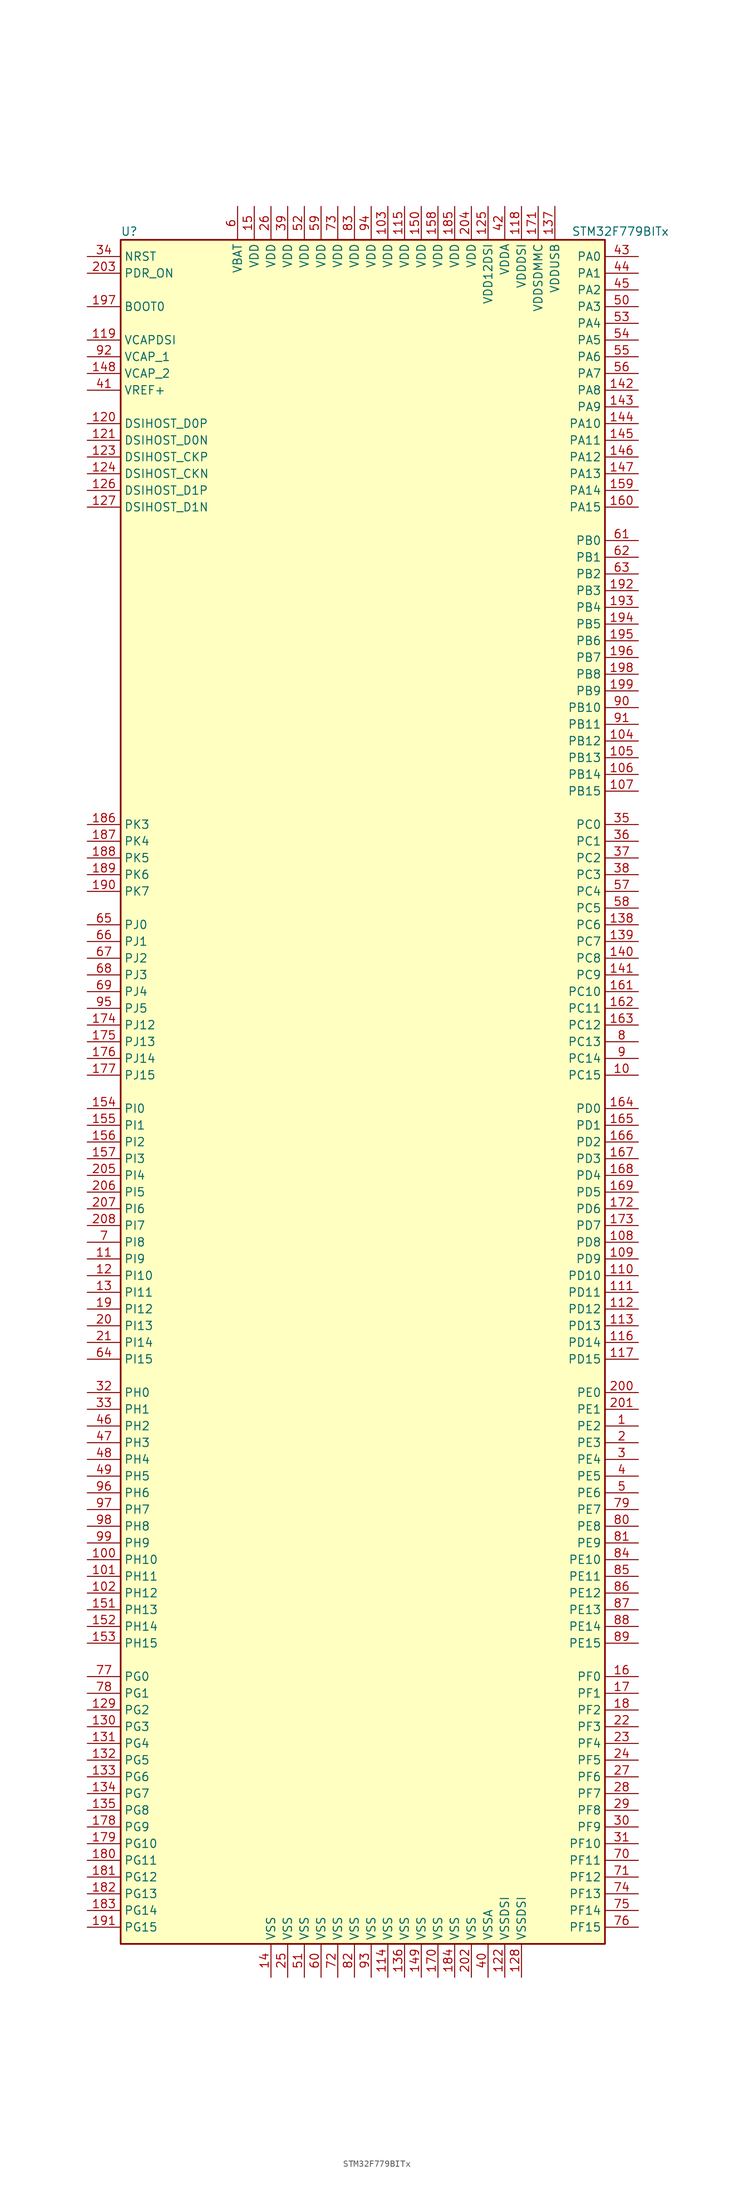
<source format=kicad_sym>
(kicad_symbol_lib
  (version 20201005)
  (generator kicad_symbol_editor)
  (symbol "MCU_ST_STM32F7:STM32F779BITx"
    (property "Reference" "U"
      (at -38.1 130.81 0)
      (effects (font (size 1.27 1.27)) (justify left)))
    (property "Value" "STM32F779BITx"
      (at 30.48 130.81 0)
      (effects (font (size 1.27 1.27)) (justify left)))
    (symbol "STM32F779BITx_0_1"
      (rectangle (start -38.1 -129.54) (end 35.56 129.54) (stroke (width 0.254)) (fill (type background))))
    (symbol "STM32F779BITx_1_1"
      (pin input line (at -43.18 119.38 0) (length 5.08) (name "BOOT0" (effects (font (size 1.27 1.27)))) (number "197" (effects (font (size 1.27 1.27)))))
      (pin bidirectional line (at -43.18 93.98 0) (length 5.08) (name "DSIHOST_CKN" (effects (font (size 1.27 1.27)))) (number "124" (effects (font (size 1.27 1.27)))))
      (pin bidirectional line (at -43.18 96.52 0) (length 5.08) (name "DSIHOST_CKP" (effects (font (size 1.27 1.27)))) (number "123" (effects (font (size 1.27 1.27)))))
      (pin bidirectional line (at -43.18 99.06 0) (length 5.08) (name "DSIHOST_D0N" (effects (font (size 1.27 1.27)))) (number "121" (effects (font (size 1.27 1.27)))))
      (pin bidirectional line (at -43.18 101.6 0) (length 5.08) (name "DSIHOST_D0P" (effects (font (size 1.27 1.27)))) (number "120" (effects (font (size 1.27 1.27)))))
      (pin bidirectional line (at -43.18 88.9 0) (length 5.08) (name "DSIHOST_D1N" (effects (font (size 1.27 1.27)))) (number "127" (effects (font (size 1.27 1.27)))))
      (pin bidirectional line (at -43.18 91.44 0) (length 5.08) (name "DSIHOST_D1P" (effects (font (size 1.27 1.27)))) (number "126" (effects (font (size 1.27 1.27)))))
      (pin input line (at -43.18 127 0) (length 5.08) (name "NRST" (effects (font (size 1.27 1.27)))) (number "34" (effects (font (size 1.27 1.27)))))
      (pin bidirectional line (at 40.64 127 180) (length 5.08) (name "PA0" (effects (font (size 1.27 1.27)))) (number "43" (effects (font (size 1.27 1.27)))))
      (pin bidirectional line (at 40.64 124.46 180) (length 5.08) (name "PA1" (effects (font (size 1.27 1.27)))) (number "44" (effects (font (size 1.27 1.27)))))
      (pin bidirectional line (at 40.64 101.6 180) (length 5.08) (name "PA10" (effects (font (size 1.27 1.27)))) (number "144" (effects (font (size 1.27 1.27)))))
      (pin bidirectional line (at 40.64 99.06 180) (length 5.08) (name "PA11" (effects (font (size 1.27 1.27)))) (number "145" (effects (font (size 1.27 1.27)))))
      (pin bidirectional line (at 40.64 96.52 180) (length 5.08) (name "PA12" (effects (font (size 1.27 1.27)))) (number "146" (effects (font (size 1.27 1.27)))))
      (pin bidirectional line (at 40.64 93.98 180) (length 5.08) (name "PA13" (effects (font (size 1.27 1.27)))) (number "147" (effects (font (size 1.27 1.27)))))
      (pin bidirectional line (at 40.64 91.44 180) (length 5.08) (name "PA14" (effects (font (size 1.27 1.27)))) (number "159" (effects (font (size 1.27 1.27)))))
      (pin bidirectional line (at 40.64 88.9 180) (length 5.08) (name "PA15" (effects (font (size 1.27 1.27)))) (number "160" (effects (font (size 1.27 1.27)))))
      (pin bidirectional line (at 40.64 121.92 180) (length 5.08) (name "PA2" (effects (font (size 1.27 1.27)))) (number "45" (effects (font (size 1.27 1.27)))))
      (pin bidirectional line (at 40.64 119.38 180) (length 5.08) (name "PA3" (effects (font (size 1.27 1.27)))) (number "50" (effects (font (size 1.27 1.27)))))
      (pin bidirectional line (at 40.64 116.84 180) (length 5.08) (name "PA4" (effects (font (size 1.27 1.27)))) (number "53" (effects (font (size 1.27 1.27)))))
      (pin bidirectional line (at 40.64 114.3 180) (length 5.08) (name "PA5" (effects (font (size 1.27 1.27)))) (number "54" (effects (font (size 1.27 1.27)))))
      (pin bidirectional line (at 40.64 111.76 180) (length 5.08) (name "PA6" (effects (font (size 1.27 1.27)))) (number "55" (effects (font (size 1.27 1.27)))))
      (pin bidirectional line (at 40.64 109.22 180) (length 5.08) (name "PA7" (effects (font (size 1.27 1.27)))) (number "56" (effects (font (size 1.27 1.27)))))
      (pin bidirectional line (at 40.64 106.68 180) (length 5.08) (name "PA8" (effects (font (size 1.27 1.27)))) (number "142" (effects (font (size 1.27 1.27)))))
      (pin bidirectional line (at 40.64 104.14 180) (length 5.08) (name "PA9" (effects (font (size 1.27 1.27)))) (number "143" (effects (font (size 1.27 1.27)))))
      (pin bidirectional line (at 40.64 83.82 180) (length 5.08) (name "PB0" (effects (font (size 1.27 1.27)))) (number "61" (effects (font (size 1.27 1.27)))))
      (pin bidirectional line (at 40.64 81.28 180) (length 5.08) (name "PB1" (effects (font (size 1.27 1.27)))) (number "62" (effects (font (size 1.27 1.27)))))
      (pin bidirectional line (at 40.64 58.42 180) (length 5.08) (name "PB10" (effects (font (size 1.27 1.27)))) (number "90" (effects (font (size 1.27 1.27)))))
      (pin bidirectional line (at 40.64 55.88 180) (length 5.08) (name "PB11" (effects (font (size 1.27 1.27)))) (number "91" (effects (font (size 1.27 1.27)))))
      (pin bidirectional line (at 40.64 53.34 180) (length 5.08) (name "PB12" (effects (font (size 1.27 1.27)))) (number "104" (effects (font (size 1.27 1.27)))))
      (pin bidirectional line (at 40.64 50.8 180) (length 5.08) (name "PB13" (effects (font (size 1.27 1.27)))) (number "105" (effects (font (size 1.27 1.27)))))
      (pin bidirectional line (at 40.64 48.26 180) (length 5.08) (name "PB14" (effects (font (size 1.27 1.27)))) (number "106" (effects (font (size 1.27 1.27)))))
      (pin bidirectional line (at 40.64 45.72 180) (length 5.08) (name "PB15" (effects (font (size 1.27 1.27)))) (number "107" (effects (font (size 1.27 1.27)))))
      (pin bidirectional line (at 40.64 78.74 180) (length 5.08) (name "PB2" (effects (font (size 1.27 1.27)))) (number "63" (effects (font (size 1.27 1.27)))))
      (pin bidirectional line (at 40.64 76.2 180) (length 5.08) (name "PB3" (effects (font (size 1.27 1.27)))) (number "192" (effects (font (size 1.27 1.27)))))
      (pin bidirectional line (at 40.64 73.66 180) (length 5.08) (name "PB4" (effects (font (size 1.27 1.27)))) (number "193" (effects (font (size 1.27 1.27)))))
      (pin bidirectional line (at 40.64 71.12 180) (length 5.08) (name "PB5" (effects (font (size 1.27 1.27)))) (number "194" (effects (font (size 1.27 1.27)))))
      (pin bidirectional line (at 40.64 68.58 180) (length 5.08) (name "PB6" (effects (font (size 1.27 1.27)))) (number "195" (effects (font (size 1.27 1.27)))))
      (pin bidirectional line (at 40.64 66.04 180) (length 5.08) (name "PB7" (effects (font (size 1.27 1.27)))) (number "196" (effects (font (size 1.27 1.27)))))
      (pin bidirectional line (at 40.64 63.5 180) (length 5.08) (name "PB8" (effects (font (size 1.27 1.27)))) (number "198" (effects (font (size 1.27 1.27)))))
      (pin bidirectional line (at 40.64 60.96 180) (length 5.08) (name "PB9" (effects (font (size 1.27 1.27)))) (number "199" (effects (font (size 1.27 1.27)))))
      (pin bidirectional line (at 40.64 40.64 180) (length 5.08) (name "PC0" (effects (font (size 1.27 1.27)))) (number "35" (effects (font (size 1.27 1.27)))))
      (pin bidirectional line (at 40.64 38.1 180) (length 5.08) (name "PC1" (effects (font (size 1.27 1.27)))) (number "36" (effects (font (size 1.27 1.27)))))
      (pin bidirectional line (at 40.64 15.24 180) (length 5.08) (name "PC10" (effects (font (size 1.27 1.27)))) (number "161" (effects (font (size 1.27 1.27)))))
      (pin bidirectional line (at 40.64 12.7 180) (length 5.08) (name "PC11" (effects (font (size 1.27 1.27)))) (number "162" (effects (font (size 1.27 1.27)))))
      (pin bidirectional line (at 40.64 10.16 180) (length 5.08) (name "PC12" (effects (font (size 1.27 1.27)))) (number "163" (effects (font (size 1.27 1.27)))))
      (pin bidirectional line (at 40.64 7.62 180) (length 5.08) (name "PC13" (effects (font (size 1.27 1.27)))) (number "8" (effects (font (size 1.27 1.27)))))
      (pin bidirectional line (at 40.64 5.08 180) (length 5.08) (name "PC14" (effects (font (size 1.27 1.27)))) (number "9" (effects (font (size 1.27 1.27)))))
      (pin bidirectional line (at 40.64 2.54 180) (length 5.08) (name "PC15" (effects (font (size 1.27 1.27)))) (number "10" (effects (font (size 1.27 1.27)))))
      (pin bidirectional line (at 40.64 35.56 180) (length 5.08) (name "PC2" (effects (font (size 1.27 1.27)))) (number "37" (effects (font (size 1.27 1.27)))))
      (pin bidirectional line (at 40.64 33.02 180) (length 5.08) (name "PC3" (effects (font (size 1.27 1.27)))) (number "38" (effects (font (size 1.27 1.27)))))
      (pin bidirectional line (at 40.64 30.48 180) (length 5.08) (name "PC4" (effects (font (size 1.27 1.27)))) (number "57" (effects (font (size 1.27 1.27)))))
      (pin bidirectional line (at 40.64 27.94 180) (length 5.08) (name "PC5" (effects (font (size 1.27 1.27)))) (number "58" (effects (font (size 1.27 1.27)))))
      (pin bidirectional line (at 40.64 25.4 180) (length 5.08) (name "PC6" (effects (font (size 1.27 1.27)))) (number "138" (effects (font (size 1.27 1.27)))))
      (pin bidirectional line (at 40.64 22.86 180) (length 5.08) (name "PC7" (effects (font (size 1.27 1.27)))) (number "139" (effects (font (size 1.27 1.27)))))
      (pin bidirectional line (at 40.64 20.32 180) (length 5.08) (name "PC8" (effects (font (size 1.27 1.27)))) (number "140" (effects (font (size 1.27 1.27)))))
      (pin bidirectional line (at 40.64 17.78 180) (length 5.08) (name "PC9" (effects (font (size 1.27 1.27)))) (number "141" (effects (font (size 1.27 1.27)))))
      (pin bidirectional line (at 40.64 -2.54 180) (length 5.08) (name "PD0" (effects (font (size 1.27 1.27)))) (number "164" (effects (font (size 1.27 1.27)))))
      (pin bidirectional line (at 40.64 -5.08 180) (length 5.08) (name "PD1" (effects (font (size 1.27 1.27)))) (number "165" (effects (font (size 1.27 1.27)))))
      (pin bidirectional line (at 40.64 -27.94 180) (length 5.08) (name "PD10" (effects (font (size 1.27 1.27)))) (number "110" (effects (font (size 1.27 1.27)))))
      (pin bidirectional line (at 40.64 -30.48 180) (length 5.08) (name "PD11" (effects (font (size 1.27 1.27)))) (number "111" (effects (font (size 1.27 1.27)))))
      (pin bidirectional line (at 40.64 -33.02 180) (length 5.08) (name "PD12" (effects (font (size 1.27 1.27)))) (number "112" (effects (font (size 1.27 1.27)))))
      (pin bidirectional line (at 40.64 -35.56 180) (length 5.08) (name "PD13" (effects (font (size 1.27 1.27)))) (number "113" (effects (font (size 1.27 1.27)))))
      (pin bidirectional line (at 40.64 -38.1 180) (length 5.08) (name "PD14" (effects (font (size 1.27 1.27)))) (number "116" (effects (font (size 1.27 1.27)))))
      (pin bidirectional line (at 40.64 -40.64 180) (length 5.08) (name "PD15" (effects (font (size 1.27 1.27)))) (number "117" (effects (font (size 1.27 1.27)))))
      (pin bidirectional line (at 40.64 -7.62 180) (length 5.08) (name "PD2" (effects (font (size 1.27 1.27)))) (number "166" (effects (font (size 1.27 1.27)))))
      (pin bidirectional line (at 40.64 -10.16 180) (length 5.08) (name "PD3" (effects (font (size 1.27 1.27)))) (number "167" (effects (font (size 1.27 1.27)))))
      (pin bidirectional line (at 40.64 -12.7 180) (length 5.08) (name "PD4" (effects (font (size 1.27 1.27)))) (number "168" (effects (font (size 1.27 1.27)))))
      (pin bidirectional line (at 40.64 -15.24 180) (length 5.08) (name "PD5" (effects (font (size 1.27 1.27)))) (number "169" (effects (font (size 1.27 1.27)))))
      (pin bidirectional line (at 40.64 -17.78 180) (length 5.08) (name "PD6" (effects (font (size 1.27 1.27)))) (number "172" (effects (font (size 1.27 1.27)))))
      (pin bidirectional line (at 40.64 -20.32 180) (length 5.08) (name "PD7" (effects (font (size 1.27 1.27)))) (number "173" (effects (font (size 1.27 1.27)))))
      (pin bidirectional line (at 40.64 -22.86 180) (length 5.08) (name "PD8" (effects (font (size 1.27 1.27)))) (number "108" (effects (font (size 1.27 1.27)))))
      (pin bidirectional line (at 40.64 -25.4 180) (length 5.08) (name "PD9" (effects (font (size 1.27 1.27)))) (number "109" (effects (font (size 1.27 1.27)))))
      (pin input line (at -43.18 124.46 0) (length 5.08) (name "PDR_ON" (effects (font (size 1.27 1.27)))) (number "203" (effects (font (size 1.27 1.27)))))
      (pin bidirectional line (at 40.64 -45.72 180) (length 5.08) (name "PE0" (effects (font (size 1.27 1.27)))) (number "200" (effects (font (size 1.27 1.27)))))
      (pin bidirectional line (at 40.64 -48.26 180) (length 5.08) (name "PE1" (effects (font (size 1.27 1.27)))) (number "201" (effects (font (size 1.27 1.27)))))
      (pin bidirectional line (at 40.64 -71.12 180) (length 5.08) (name "PE10" (effects (font (size 1.27 1.27)))) (number "84" (effects (font (size 1.27 1.27)))))
      (pin bidirectional line (at 40.64 -73.66 180) (length 5.08) (name "PE11" (effects (font (size 1.27 1.27)))) (number "85" (effects (font (size 1.27 1.27)))))
      (pin bidirectional line (at 40.64 -76.2 180) (length 5.08) (name "PE12" (effects (font (size 1.27 1.27)))) (number "86" (effects (font (size 1.27 1.27)))))
      (pin bidirectional line (at 40.64 -78.74 180) (length 5.08) (name "PE13" (effects (font (size 1.27 1.27)))) (number "87" (effects (font (size 1.27 1.27)))))
      (pin bidirectional line (at 40.64 -81.28 180) (length 5.08) (name "PE14" (effects (font (size 1.27 1.27)))) (number "88" (effects (font (size 1.27 1.27)))))
      (pin bidirectional line (at 40.64 -83.82 180) (length 5.08) (name "PE15" (effects (font (size 1.27 1.27)))) (number "89" (effects (font (size 1.27 1.27)))))
      (pin bidirectional line (at 40.64 -50.8 180) (length 5.08) (name "PE2" (effects (font (size 1.27 1.27)))) (number "1" (effects (font (size 1.27 1.27)))))
      (pin bidirectional line (at 40.64 -53.34 180) (length 5.08) (name "PE3" (effects (font (size 1.27 1.27)))) (number "2" (effects (font (size 1.27 1.27)))))
      (pin bidirectional line (at 40.64 -55.88 180) (length 5.08) (name "PE4" (effects (font (size 1.27 1.27)))) (number "3" (effects (font (size 1.27 1.27)))))
      (pin bidirectional line (at 40.64 -58.42 180) (length 5.08) (name "PE5" (effects (font (size 1.27 1.27)))) (number "4" (effects (font (size 1.27 1.27)))))
      (pin bidirectional line (at 40.64 -60.96 180) (length 5.08) (name "PE6" (effects (font (size 1.27 1.27)))) (number "5" (effects (font (size 1.27 1.27)))))
      (pin bidirectional line (at 40.64 -63.5 180) (length 5.08) (name "PE7" (effects (font (size 1.27 1.27)))) (number "79" (effects (font (size 1.27 1.27)))))
      (pin bidirectional line (at 40.64 -66.04 180) (length 5.08) (name "PE8" (effects (font (size 1.27 1.27)))) (number "80" (effects (font (size 1.27 1.27)))))
      (pin bidirectional line (at 40.64 -68.58 180) (length 5.08) (name "PE9" (effects (font (size 1.27 1.27)))) (number "81" (effects (font (size 1.27 1.27)))))
      (pin bidirectional line (at 40.64 -88.9 180) (length 5.08) (name "PF0" (effects (font (size 1.27 1.27)))) (number "16" (effects (font (size 1.27 1.27)))))
      (pin bidirectional line (at 40.64 -91.44 180) (length 5.08) (name "PF1" (effects (font (size 1.27 1.27)))) (number "17" (effects (font (size 1.27 1.27)))))
      (pin bidirectional line (at 40.64 -114.3 180) (length 5.08) (name "PF10" (effects (font (size 1.27 1.27)))) (number "31" (effects (font (size 1.27 1.27)))))
      (pin bidirectional line (at 40.64 -116.84 180) (length 5.08) (name "PF11" (effects (font (size 1.27 1.27)))) (number "70" (effects (font (size 1.27 1.27)))))
      (pin bidirectional line (at 40.64 -119.38 180) (length 5.08) (name "PF12" (effects (font (size 1.27 1.27)))) (number "71" (effects (font (size 1.27 1.27)))))
      (pin bidirectional line (at 40.64 -121.92 180) (length 5.08) (name "PF13" (effects (font (size 1.27 1.27)))) (number "74" (effects (font (size 1.27 1.27)))))
      (pin bidirectional line (at 40.64 -124.46 180) (length 5.08) (name "PF14" (effects (font (size 1.27 1.27)))) (number "75" (effects (font (size 1.27 1.27)))))
      (pin bidirectional line (at 40.64 -127 180) (length 5.08) (name "PF15" (effects (font (size 1.27 1.27)))) (number "76" (effects (font (size 1.27 1.27)))))
      (pin bidirectional line (at 40.64 -93.98 180) (length 5.08) (name "PF2" (effects (font (size 1.27 1.27)))) (number "18" (effects (font (size 1.27 1.27)))))
      (pin bidirectional line (at 40.64 -96.52 180) (length 5.08) (name "PF3" (effects (font (size 1.27 1.27)))) (number "22" (effects (font (size 1.27 1.27)))))
      (pin bidirectional line (at 40.64 -99.06 180) (length 5.08) (name "PF4" (effects (font (size 1.27 1.27)))) (number "23" (effects (font (size 1.27 1.27)))))
      (pin bidirectional line (at 40.64 -101.6 180) (length 5.08) (name "PF5" (effects (font (size 1.27 1.27)))) (number "24" (effects (font (size 1.27 1.27)))))
      (pin bidirectional line (at 40.64 -104.14 180) (length 5.08) (name "PF6" (effects (font (size 1.27 1.27)))) (number "27" (effects (font (size 1.27 1.27)))))
      (pin bidirectional line (at 40.64 -106.68 180) (length 5.08) (name "PF7" (effects (font (size 1.27 1.27)))) (number "28" (effects (font (size 1.27 1.27)))))
      (pin bidirectional line (at 40.64 -109.22 180) (length 5.08) (name "PF8" (effects (font (size 1.27 1.27)))) (number "29" (effects (font (size 1.27 1.27)))))
      (pin bidirectional line (at 40.64 -111.76 180) (length 5.08) (name "PF9" (effects (font (size 1.27 1.27)))) (number "30" (effects (font (size 1.27 1.27)))))
      (pin bidirectional line (at -43.18 -88.9 0) (length 5.08) (name "PG0" (effects (font (size 1.27 1.27)))) (number "77" (effects (font (size 1.27 1.27)))))
      (pin bidirectional line (at -43.18 -91.44 0) (length 5.08) (name "PG1" (effects (font (size 1.27 1.27)))) (number "78" (effects (font (size 1.27 1.27)))))
      (pin bidirectional line (at -43.18 -114.3 0) (length 5.08) (name "PG10" (effects (font (size 1.27 1.27)))) (number "179" (effects (font (size 1.27 1.27)))))
      (pin bidirectional line (at -43.18 -116.84 0) (length 5.08) (name "PG11" (effects (font (size 1.27 1.27)))) (number "180" (effects (font (size 1.27 1.27)))))
      (pin bidirectional line (at -43.18 -119.38 0) (length 5.08) (name "PG12" (effects (font (size 1.27 1.27)))) (number "181" (effects (font (size 1.27 1.27)))))
      (pin bidirectional line (at -43.18 -121.92 0) (length 5.08) (name "PG13" (effects (font (size 1.27 1.27)))) (number "182" (effects (font (size 1.27 1.27)))))
      (pin bidirectional line (at -43.18 -124.46 0) (length 5.08) (name "PG14" (effects (font (size 1.27 1.27)))) (number "183" (effects (font (size 1.27 1.27)))))
      (pin bidirectional line (at -43.18 -127 0) (length 5.08) (name "PG15" (effects (font (size 1.27 1.27)))) (number "191" (effects (font (size 1.27 1.27)))))
      (pin bidirectional line (at -43.18 -93.98 0) (length 5.08) (name "PG2" (effects (font (size 1.27 1.27)))) (number "129" (effects (font (size 1.27 1.27)))))
      (pin bidirectional line (at -43.18 -96.52 0) (length 5.08) (name "PG3" (effects (font (size 1.27 1.27)))) (number "130" (effects (font (size 1.27 1.27)))))
      (pin bidirectional line (at -43.18 -99.06 0) (length 5.08) (name "PG4" (effects (font (size 1.27 1.27)))) (number "131" (effects (font (size 1.27 1.27)))))
      (pin bidirectional line (at -43.18 -101.6 0) (length 5.08) (name "PG5" (effects (font (size 1.27 1.27)))) (number "132" (effects (font (size 1.27 1.27)))))
      (pin bidirectional line (at -43.18 -104.14 0) (length 5.08) (name "PG6" (effects (font (size 1.27 1.27)))) (number "133" (effects (font (size 1.27 1.27)))))
      (pin bidirectional line (at -43.18 -106.68 0) (length 5.08) (name "PG7" (effects (font (size 1.27 1.27)))) (number "134" (effects (font (size 1.27 1.27)))))
      (pin bidirectional line (at -43.18 -109.22 0) (length 5.08) (name "PG8" (effects (font (size 1.27 1.27)))) (number "135" (effects (font (size 1.27 1.27)))))
      (pin bidirectional line (at -43.18 -111.76 0) (length 5.08) (name "PG9" (effects (font (size 1.27 1.27)))) (number "178" (effects (font (size 1.27 1.27)))))
      (pin input line (at -43.18 -45.72 0) (length 5.08) (name "PH0" (effects (font (size 1.27 1.27)))) (number "32" (effects (font (size 1.27 1.27)))))
      (pin input line (at -43.18 -48.26 0) (length 5.08) (name "PH1" (effects (font (size 1.27 1.27)))) (number "33" (effects (font (size 1.27 1.27)))))
      (pin bidirectional line (at -43.18 -71.12 0) (length 5.08) (name "PH10" (effects (font (size 1.27 1.27)))) (number "100" (effects (font (size 1.27 1.27)))))
      (pin bidirectional line (at -43.18 -73.66 0) (length 5.08) (name "PH11" (effects (font (size 1.27 1.27)))) (number "101" (effects (font (size 1.27 1.27)))))
      (pin bidirectional line (at -43.18 -76.2 0) (length 5.08) (name "PH12" (effects (font (size 1.27 1.27)))) (number "102" (effects (font (size 1.27 1.27)))))
      (pin bidirectional line (at -43.18 -78.74 0) (length 5.08) (name "PH13" (effects (font (size 1.27 1.27)))) (number "151" (effects (font (size 1.27 1.27)))))
      (pin bidirectional line (at -43.18 -81.28 0) (length 5.08) (name "PH14" (effects (font (size 1.27 1.27)))) (number "152" (effects (font (size 1.27 1.27)))))
      (pin bidirectional line (at -43.18 -83.82 0) (length 5.08) (name "PH15" (effects (font (size 1.27 1.27)))) (number "153" (effects (font (size 1.27 1.27)))))
      (pin bidirectional line (at -43.18 -50.8 0) (length 5.08) (name "PH2" (effects (font (size 1.27 1.27)))) (number "46" (effects (font (size 1.27 1.27)))))
      (pin bidirectional line (at -43.18 -53.34 0) (length 5.08) (name "PH3" (effects (font (size 1.27 1.27)))) (number "47" (effects (font (size 1.27 1.27)))))
      (pin bidirectional line (at -43.18 -55.88 0) (length 5.08) (name "PH4" (effects (font (size 1.27 1.27)))) (number "48" (effects (font (size 1.27 1.27)))))
      (pin bidirectional line (at -43.18 -58.42 0) (length 5.08) (name "PH5" (effects (font (size 1.27 1.27)))) (number "49" (effects (font (size 1.27 1.27)))))
      (pin bidirectional line (at -43.18 -60.96 0) (length 5.08) (name "PH6" (effects (font (size 1.27 1.27)))) (number "96" (effects (font (size 1.27 1.27)))))
      (pin bidirectional line (at -43.18 -63.5 0) (length 5.08) (name "PH7" (effects (font (size 1.27 1.27)))) (number "97" (effects (font (size 1.27 1.27)))))
      (pin bidirectional line (at -43.18 -66.04 0) (length 5.08) (name "PH8" (effects (font (size 1.27 1.27)))) (number "98" (effects (font (size 1.27 1.27)))))
      (pin bidirectional line (at -43.18 -68.58 0) (length 5.08) (name "PH9" (effects (font (size 1.27 1.27)))) (number "99" (effects (font (size 1.27 1.27)))))
      (pin bidirectional line (at -43.18 -2.54 0) (length 5.08) (name "PI0" (effects (font (size 1.27 1.27)))) (number "154" (effects (font (size 1.27 1.27)))))
      (pin bidirectional line (at -43.18 -5.08 0) (length 5.08) (name "PI1" (effects (font (size 1.27 1.27)))) (number "155" (effects (font (size 1.27 1.27)))))
      (pin bidirectional line (at -43.18 -27.94 0) (length 5.08) (name "PI10" (effects (font (size 1.27 1.27)))) (number "12" (effects (font (size 1.27 1.27)))))
      (pin bidirectional line (at -43.18 -30.48 0) (length 5.08) (name "PI11" (effects (font (size 1.27 1.27)))) (number "13" (effects (font (size 1.27 1.27)))))
      (pin bidirectional line (at -43.18 -33.02 0) (length 5.08) (name "PI12" (effects (font (size 1.27 1.27)))) (number "19" (effects (font (size 1.27 1.27)))))
      (pin bidirectional line (at -43.18 -35.56 0) (length 5.08) (name "PI13" (effects (font (size 1.27 1.27)))) (number "20" (effects (font (size 1.27 1.27)))))
      (pin bidirectional line (at -43.18 -38.1 0) (length 5.08) (name "PI14" (effects (font (size 1.27 1.27)))) (number "21" (effects (font (size 1.27 1.27)))))
      (pin bidirectional line (at -43.18 -40.64 0) (length 5.08) (name "PI15" (effects (font (size 1.27 1.27)))) (number "64" (effects (font (size 1.27 1.27)))))
      (pin bidirectional line (at -43.18 -7.62 0) (length 5.08) (name "PI2" (effects (font (size 1.27 1.27)))) (number "156" (effects (font (size 1.27 1.27)))))
      (pin bidirectional line (at -43.18 -10.16 0) (length 5.08) (name "PI3" (effects (font (size 1.27 1.27)))) (number "157" (effects (font (size 1.27 1.27)))))
      (pin bidirectional line (at -43.18 -12.7 0) (length 5.08) (name "PI4" (effects (font (size 1.27 1.27)))) (number "205" (effects (font (size 1.27 1.27)))))
      (pin bidirectional line (at -43.18 -15.24 0) (length 5.08) (name "PI5" (effects (font (size 1.27 1.27)))) (number "206" (effects (font (size 1.27 1.27)))))
      (pin bidirectional line (at -43.18 -17.78 0) (length 5.08) (name "PI6" (effects (font (size 1.27 1.27)))) (number "207" (effects (font (size 1.27 1.27)))))
      (pin bidirectional line (at -43.18 -20.32 0) (length 5.08) (name "PI7" (effects (font (size 1.27 1.27)))) (number "208" (effects (font (size 1.27 1.27)))))
      (pin bidirectional line (at -43.18 -22.86 0) (length 5.08) (name "PI8" (effects (font (size 1.27 1.27)))) (number "7" (effects (font (size 1.27 1.27)))))
      (pin bidirectional line (at -43.18 -25.4 0) (length 5.08) (name "PI9" (effects (font (size 1.27 1.27)))) (number "11" (effects (font (size 1.27 1.27)))))
      (pin bidirectional line (at -43.18 25.4 0) (length 5.08) (name "PJ0" (effects (font (size 1.27 1.27)))) (number "65" (effects (font (size 1.27 1.27)))))
      (pin bidirectional line (at -43.18 22.86 0) (length 5.08) (name "PJ1" (effects (font (size 1.27 1.27)))) (number "66" (effects (font (size 1.27 1.27)))))
      (pin bidirectional line (at -43.18 10.16 0) (length 5.08) (name "PJ12" (effects (font (size 1.27 1.27)))) (number "174" (effects (font (size 1.27 1.27)))))
      (pin bidirectional line (at -43.18 7.62 0) (length 5.08) (name "PJ13" (effects (font (size 1.27 1.27)))) (number "175" (effects (font (size 1.27 1.27)))))
      (pin bidirectional line (at -43.18 5.08 0) (length 5.08) (name "PJ14" (effects (font (size 1.27 1.27)))) (number "176" (effects (font (size 1.27 1.27)))))
      (pin bidirectional line (at -43.18 2.54 0) (length 5.08) (name "PJ15" (effects (font (size 1.27 1.27)))) (number "177" (effects (font (size 1.27 1.27)))))
      (pin bidirectional line (at -43.18 20.32 0) (length 5.08) (name "PJ2" (effects (font (size 1.27 1.27)))) (number "67" (effects (font (size 1.27 1.27)))))
      (pin bidirectional line (at -43.18 17.78 0) (length 5.08) (name "PJ3" (effects (font (size 1.27 1.27)))) (number "68" (effects (font (size 1.27 1.27)))))
      (pin bidirectional line (at -43.18 15.24 0) (length 5.08) (name "PJ4" (effects (font (size 1.27 1.27)))) (number "69" (effects (font (size 1.27 1.27)))))
      (pin bidirectional line (at -43.18 12.7 0) (length 5.08) (name "PJ5" (effects (font (size 1.27 1.27)))) (number "95" (effects (font (size 1.27 1.27)))))
      (pin bidirectional line (at -43.18 40.64 0) (length 5.08) (name "PK3" (effects (font (size 1.27 1.27)))) (number "186" (effects (font (size 1.27 1.27)))))
      (pin bidirectional line (at -43.18 38.1 0) (length 5.08) (name "PK4" (effects (font (size 1.27 1.27)))) (number "187" (effects (font (size 1.27 1.27)))))
      (pin bidirectional line (at -43.18 35.56 0) (length 5.08) (name "PK5" (effects (font (size 1.27 1.27)))) (number "188" (effects (font (size 1.27 1.27)))))
      (pin bidirectional line (at -43.18 33.02 0) (length 5.08) (name "PK6" (effects (font (size 1.27 1.27)))) (number "189" (effects (font (size 1.27 1.27)))))
      (pin bidirectional line (at -43.18 30.48 0) (length 5.08) (name "PK7" (effects (font (size 1.27 1.27)))) (number "190" (effects (font (size 1.27 1.27)))))
      (pin power_in line (at -20.32 134.62 270) (length 5.08) (name "VBAT" (effects (font (size 1.27 1.27)))) (number "6" (effects (font (size 1.27 1.27)))))
      (pin power_in line (at -43.18 114.3 0) (length 5.08) (name "VCAPDSI" (effects (font (size 1.27 1.27)))) (number "119" (effects (font (size 1.27 1.27)))))
      (pin power_in line (at -43.18 111.76 0) (length 5.08) (name "VCAP_1" (effects (font (size 1.27 1.27)))) (number "92" (effects (font (size 1.27 1.27)))))
      (pin power_in line (at -43.18 109.22 0) (length 5.08) (name "VCAP_2" (effects (font (size 1.27 1.27)))) (number "148" (effects (font (size 1.27 1.27)))))
      (pin power_in line (at 2.54 134.62 270) (length 5.08) (name "VDD" (effects (font (size 1.27 1.27)))) (number "103" (effects (font (size 1.27 1.27)))))
      (pin power_in line (at 5.08 134.62 270) (length 5.08) (name "VDD" (effects (font (size 1.27 1.27)))) (number "115" (effects (font (size 1.27 1.27)))))
      (pin power_in line (at -17.78 134.62 270) (length 5.08) (name "VDD" (effects (font (size 1.27 1.27)))) (number "15" (effects (font (size 1.27 1.27)))))
      (pin power_in line (at 7.62 134.62 270) (length 5.08) (name "VDD" (effects (font (size 1.27 1.27)))) (number "150" (effects (font (size 1.27 1.27)))))
      (pin power_in line (at 10.16 134.62 270) (length 5.08) (name "VDD" (effects (font (size 1.27 1.27)))) (number "158" (effects (font (size 1.27 1.27)))))
      (pin power_in line (at 12.7 134.62 270) (length 5.08) (name "VDD" (effects (font (size 1.27 1.27)))) (number "185" (effects (font (size 1.27 1.27)))))
      (pin power_in line (at 15.24 134.62 270) (length 5.08) (name "VDD" (effects (font (size 1.27 1.27)))) (number "204" (effects (font (size 1.27 1.27)))))
      (pin power_in line (at -15.24 134.62 270) (length 5.08) (name "VDD" (effects (font (size 1.27 1.27)))) (number "26" (effects (font (size 1.27 1.27)))))
      (pin power_in line (at -12.7 134.62 270) (length 5.08) (name "VDD" (effects (font (size 1.27 1.27)))) (number "39" (effects (font (size 1.27 1.27)))))
      (pin power_in line (at -10.16 134.62 270) (length 5.08) (name "VDD" (effects (font (size 1.27 1.27)))) (number "52" (effects (font (size 1.27 1.27)))))
      (pin power_in line (at -7.62 134.62 270) (length 5.08) (name "VDD" (effects (font (size 1.27 1.27)))) (number "59" (effects (font (size 1.27 1.27)))))
      (pin power_in line (at -5.08 134.62 270) (length 5.08) (name "VDD" (effects (font (size 1.27 1.27)))) (number "73" (effects (font (size 1.27 1.27)))))
      (pin power_in line (at -2.54 134.62 270) (length 5.08) (name "VDD" (effects (font (size 1.27 1.27)))) (number "83" (effects (font (size 1.27 1.27)))))
      (pin power_in line (at 0 134.62 270) (length 5.08) (name "VDD" (effects (font (size 1.27 1.27)))) (number "94" (effects (font (size 1.27 1.27)))))
      (pin power_in line (at 17.78 134.62 270) (length 5.08) (name "VDD12DSI" (effects (font (size 1.27 1.27)))) (number "125" (effects (font (size 1.27 1.27)))))
      (pin power_in line (at 20.32 134.62 270) (length 5.08) (name "VDDA" (effects (font (size 1.27 1.27)))) (number "42" (effects (font (size 1.27 1.27)))))
      (pin power_in line (at 22.86 134.62 270) (length 5.08) (name "VDDDSI" (effects (font (size 1.27 1.27)))) (number "118" (effects (font (size 1.27 1.27)))))
      (pin power_in line (at 25.4 134.62 270) (length 5.08) (name "VDDSDMMC" (effects (font (size 1.27 1.27)))) (number "171" (effects (font (size 1.27 1.27)))))
      (pin power_in line (at 27.94 134.62 270) (length 5.08) (name "VDDUSB" (effects (font (size 1.27 1.27)))) (number "137" (effects (font (size 1.27 1.27)))))
      (pin power_in line (at -43.18 106.68 0) (length 5.08) (name "VREF+" (effects (font (size 1.27 1.27)))) (number "41" (effects (font (size 1.27 1.27)))))
      (pin power_in line (at 2.54 -134.62 90) (length 5.08) (name "VSS" (effects (font (size 1.27 1.27)))) (number "114" (effects (font (size 1.27 1.27)))))
      (pin power_in line (at 5.08 -134.62 90) (length 5.08) (name "VSS" (effects (font (size 1.27 1.27)))) (number "136" (effects (font (size 1.27 1.27)))))
      (pin power_in line (at -15.24 -134.62 90) (length 5.08) (name "VSS" (effects (font (size 1.27 1.27)))) (number "14" (effects (font (size 1.27 1.27)))))
      (pin power_in line (at 7.62 -134.62 90) (length 5.08) (name "VSS" (effects (font (size 1.27 1.27)))) (number "149" (effects (font (size 1.27 1.27)))))
      (pin power_in line (at 10.16 -134.62 90) (length 5.08) (name "VSS" (effects (font (size 1.27 1.27)))) (number "170" (effects (font (size 1.27 1.27)))))
      (pin power_in line (at 12.7 -134.62 90) (length 5.08) (name "VSS" (effects (font (size 1.27 1.27)))) (number "184" (effects (font (size 1.27 1.27)))))
      (pin power_in line (at 15.24 -134.62 90) (length 5.08) (name "VSS" (effects (font (size 1.27 1.27)))) (number "202" (effects (font (size 1.27 1.27)))))
      (pin power_in line (at -12.7 -134.62 90) (length 5.08) (name "VSS" (effects (font (size 1.27 1.27)))) (number "25" (effects (font (size 1.27 1.27)))))
      (pin power_in line (at -10.16 -134.62 90) (length 5.08) (name "VSS" (effects (font (size 1.27 1.27)))) (number "51" (effects (font (size 1.27 1.27)))))
      (pin power_in line (at -7.62 -134.62 90) (length 5.08) (name "VSS" (effects (font (size 1.27 1.27)))) (number "60" (effects (font (size 1.27 1.27)))))
      (pin power_in line (at -5.08 -134.62 90) (length 5.08) (name "VSS" (effects (font (size 1.27 1.27)))) (number "72" (effects (font (size 1.27 1.27)))))
      (pin power_in line (at -2.54 -134.62 90) (length 5.08) (name "VSS" (effects (font (size 1.27 1.27)))) (number "82" (effects (font (size 1.27 1.27)))))
      (pin power_in line (at 0 -134.62 90) (length 5.08) (name "VSS" (effects (font (size 1.27 1.27)))) (number "93" (effects (font (size 1.27 1.27)))))
      (pin power_in line (at 17.78 -134.62 90) (length 5.08) (name "VSSA" (effects (font (size 1.27 1.27)))) (number "40" (effects (font (size 1.27 1.27)))))
      (pin power_in line (at 20.32 -134.62 90) (length 5.08) (name "VSSDSI" (effects (font (size 1.27 1.27)))) (number "122" (effects (font (size 1.27 1.27)))))
      (pin power_in line (at 22.86 -134.62 90) (length 5.08) (name "VSSDSI" (effects (font (size 1.27 1.27)))) (number "128" (effects (font (size 1.27 1.27))))))))
</source>
